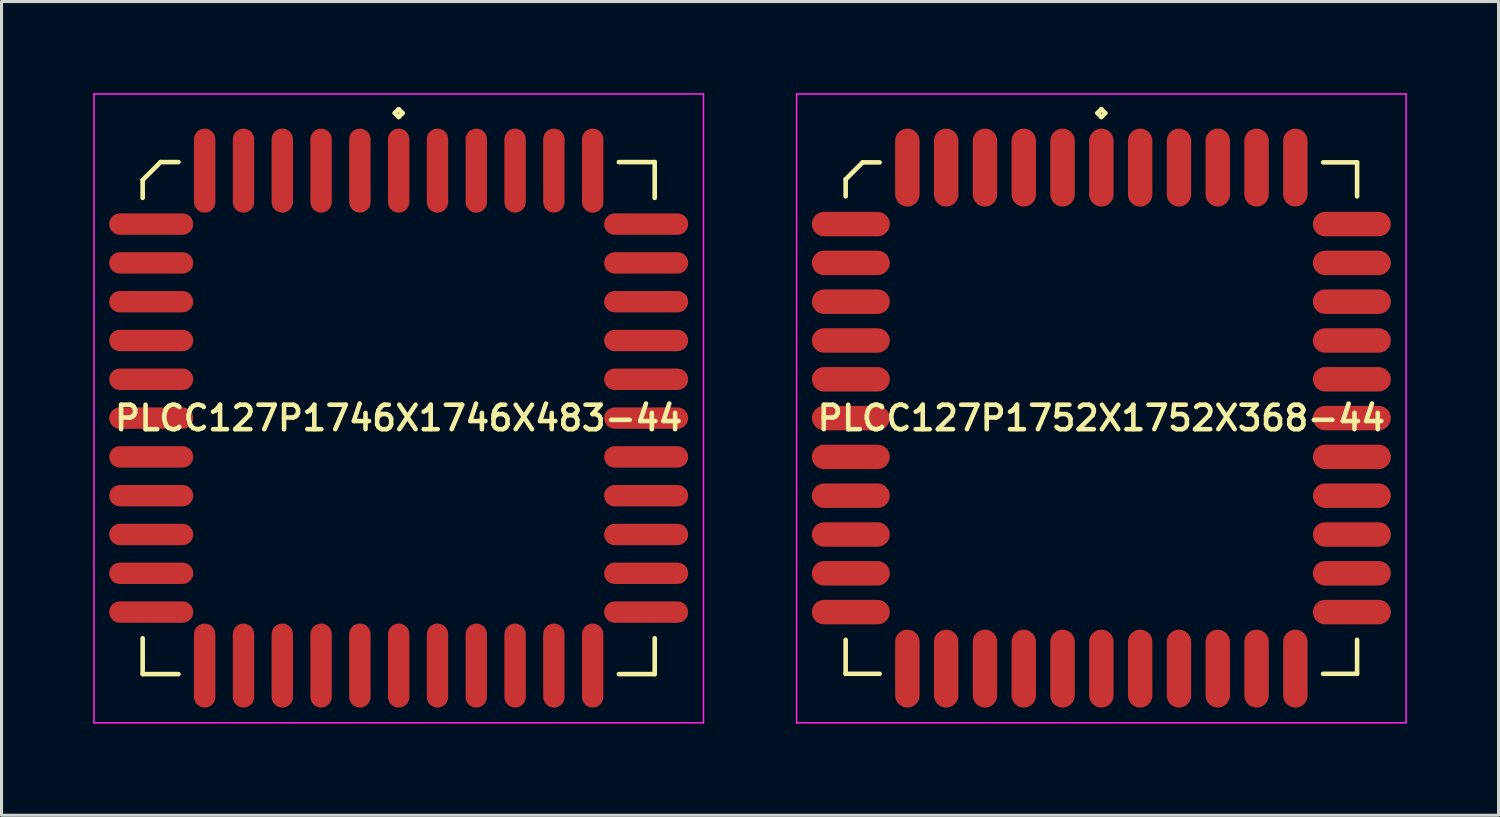
<source format=kicad_pcb>
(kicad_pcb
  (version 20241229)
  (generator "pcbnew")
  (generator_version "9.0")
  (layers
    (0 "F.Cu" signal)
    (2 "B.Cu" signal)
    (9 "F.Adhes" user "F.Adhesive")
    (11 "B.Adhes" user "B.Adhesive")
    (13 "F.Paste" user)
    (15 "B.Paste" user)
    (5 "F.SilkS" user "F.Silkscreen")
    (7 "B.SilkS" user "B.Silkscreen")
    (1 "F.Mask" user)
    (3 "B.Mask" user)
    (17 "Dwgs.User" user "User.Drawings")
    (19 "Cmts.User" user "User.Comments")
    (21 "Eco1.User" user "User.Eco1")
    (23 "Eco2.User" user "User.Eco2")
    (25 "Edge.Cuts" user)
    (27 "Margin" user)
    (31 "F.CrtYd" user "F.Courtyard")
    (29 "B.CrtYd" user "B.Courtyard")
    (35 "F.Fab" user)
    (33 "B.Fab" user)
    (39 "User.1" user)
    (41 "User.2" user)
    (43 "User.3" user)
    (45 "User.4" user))
  (footprint "PLCC127P1752X1752X368-44"
    (layer "F.Cu")
    (at 33 10.635)
    (property "Reference" "PLCC127P1752X1752X368-44" (at 0 0 0) (layer "F.SilkS") (effects (font (size 0.8 0.8) (thickness 0.15))))
    (attr smd)
    (fp_line (start -8.37 -7.814) (end -7.814 -8.37) (stroke (width 0.15) (type solid)) (layer "F.SilkS"))
    (fp_line (start -8.37 -7.258) (end -8.37 -7.814) (stroke (width 0.15) (type solid)) (layer "F.SilkS"))
    (fp_line (start -8.37 7.258) (end -8.37 8.37) (stroke (width 0.15) (type solid)) (layer "F.SilkS"))
    (fp_line (start -8.37 8.37) (end -7.258 8.37) (stroke (width 0.15) (type solid)) (layer "F.SilkS"))
    (fp_line (start -7.814 -8.37) (end -7.258 -8.37) (stroke (width 0.15) (type solid)) (layer "F.SilkS"))
    (fp_line (start -0.127 -9.983) (end 0 -10.11) (stroke (width 0.15) (type solid)) (layer "F.SilkS"))
    (fp_line (start 0 -10.11) (end 0.127 -9.983) (stroke (width 0.15) (type solid)) (layer "F.SilkS"))
    (fp_line (start 0 -9.856) (end -0.127 -9.983) (stroke (width 0.15) (type solid)) (layer "F.SilkS"))
    (fp_line (start 0.127 -9.983) (end 0 -9.856) (stroke (width 0.15) (type solid)) (layer "F.SilkS"))
    (fp_line (start 8.37 -8.37) (end 7.258 -8.37) (stroke (width 0.15) (type solid)) (layer "F.SilkS"))
    (fp_line (start 8.37 -7.258) (end 8.37 -8.37) (stroke (width 0.15) (type solid)) (layer "F.SilkS"))
    (fp_line (start 8.37 7.258) (end 8.37 8.37) (stroke (width 0.15) (type solid)) (layer "F.SilkS"))
    (fp_line (start 8.37 8.37) (end 7.258 8.37) (stroke (width 0.15) (type solid)) (layer "F.SilkS"))
    (fp_line (start -9.975 -10.61) (end 9.975 -10.61) (stroke (width 0.05) (type solid)) (layer "F.CrtYd"))
    (fp_line (start -9.975 9.975) (end -9.975 -10.61) (stroke (width 0.05) (type solid)) (layer "F.CrtYd"))
    (fp_line (start 9.975 -10.61) (end 9.975 9.975) (stroke (width 0.05) (type solid)) (layer "F.CrtYd"))
    (fp_line (start 9.975 9.975) (end -9.975 9.975) (stroke (width 0.05) (type solid)) (layer "F.CrtYd"))
    (pad "1" smd oval (at 0 -8.2) (size 0.8 2.55) (layers "F.Cu" "F.Mask" "F.Paste"))
    (pad "2" smd oval (at -1.27 -8.2) (size 0.8 2.55) (layers "F.Cu" "F.Mask" "F.Paste"))
    (pad "3" smd oval (at -2.54 -8.2) (size 0.8 2.55) (layers "F.Cu" "F.Mask" "F.Paste"))
    (pad "4" smd oval (at -3.81 -8.2) (size 0.8 2.55) (layers "F.Cu" "F.Mask" "F.Paste"))
    (pad "5" smd oval (at -5.08 -8.2) (size 0.8 2.55) (layers "F.Cu" "F.Mask" "F.Paste"))
    (pad "6" smd oval (at -6.35 -8.2) (size 0.8 2.55) (layers "F.Cu" "F.Mask" "F.Paste"))
    (pad "7" smd oval (at -8.2 -6.35) (size 2.55 0.8) (layers "F.Cu" "F.Mask" "F.Paste"))
    (pad "8" smd oval (at -8.2 -5.08) (size 2.55 0.8) (layers "F.Cu" "F.Mask" "F.Paste"))
    (pad "9" smd oval (at -8.2 -3.81) (size 2.55 0.8) (layers "F.Cu" "F.Mask" "F.Paste"))
    (pad "10" smd oval (at -8.2 -2.54) (size 2.55 0.8) (layers "F.Cu" "F.Mask" "F.Paste"))
    (pad "11" smd oval (at -8.2 -1.27) (size 2.55 0.8) (layers "F.Cu" "F.Mask" "F.Paste"))
    (pad "12" smd oval (at -8.2 0) (size 2.55 0.8) (layers "F.Cu" "F.Mask" "F.Paste"))
    (pad "13" smd oval (at -8.2 1.27) (size 2.55 0.8) (layers "F.Cu" "F.Mask" "F.Paste"))
    (pad "14" smd oval (at -8.2 2.54) (size 2.55 0.8) (layers "F.Cu" "F.Mask" "F.Paste"))
    (pad "15" smd oval (at -8.2 3.81) (size 2.55 0.8) (layers "F.Cu" "F.Mask" "F.Paste"))
    (pad "16" smd oval (at -8.2 5.08) (size 2.55 0.8) (layers "F.Cu" "F.Mask" "F.Paste"))
    (pad "17" smd oval (at -8.2 6.35) (size 2.55 0.8) (layers "F.Cu" "F.Mask" "F.Paste"))
    (pad "18" smd oval (at -6.35 8.2) (size 0.8 2.55) (layers "F.Cu" "F.Mask" "F.Paste"))
    (pad "19" smd oval (at -5.08 8.2) (size 0.8 2.55) (layers "F.Cu" "F.Mask" "F.Paste"))
    (pad "20" smd oval (at -3.81 8.2) (size 0.8 2.55) (layers "F.Cu" "F.Mask" "F.Paste"))
    (pad "21" smd oval (at -2.54 8.2) (size 0.8 2.55) (layers "F.Cu" "F.Mask" "F.Paste"))
    (pad "22" smd oval (at -1.27 8.2) (size 0.8 2.55) (layers "F.Cu" "F.Mask" "F.Paste"))
    (pad "23" smd oval (at 0 8.2) (size 0.8 2.55) (layers "F.Cu" "F.Mask" "F.Paste"))
    (pad "24" smd oval (at 1.27 8.2) (size 0.8 2.55) (layers "F.Cu" "F.Mask" "F.Paste"))
    (pad "25" smd oval (at 2.54 8.2) (size 0.8 2.55) (layers "F.Cu" "F.Mask" "F.Paste"))
    (pad "26" smd oval (at 3.81 8.2) (size 0.8 2.55) (layers "F.Cu" "F.Mask" "F.Paste"))
    (pad "27" smd oval (at 5.08 8.2) (size 0.8 2.55) (layers "F.Cu" "F.Mask" "F.Paste"))
    (pad "28" smd oval (at 6.35 8.2) (size 0.8 2.55) (layers "F.Cu" "F.Mask" "F.Paste"))
    (pad "29" smd oval (at 8.2 6.35) (size 2.55 0.8) (layers "F.Cu" "F.Mask" "F.Paste"))
    (pad "30" smd oval (at 8.2 5.08) (size 2.55 0.8) (layers "F.Cu" "F.Mask" "F.Paste"))
    (pad "31" smd oval (at 8.2 3.81) (size 2.55 0.8) (layers "F.Cu" "F.Mask" "F.Paste"))
    (pad "32" smd oval (at 8.2 2.54) (size 2.55 0.8) (layers "F.Cu" "F.Mask" "F.Paste"))
    (pad "33" smd oval (at 8.2 1.27) (size 2.55 0.8) (layers "F.Cu" "F.Mask" "F.Paste"))
    (pad "34" smd oval (at 8.2 0) (size 2.55 0.8) (layers "F.Cu" "F.Mask" "F.Paste"))
    (pad "35" smd oval (at 8.2 -1.27) (size 2.55 0.8) (layers "F.Cu" "F.Mask" "F.Paste"))
    (pad "36" smd oval (at 8.2 -2.54) (size 2.55 0.8) (layers "F.Cu" "F.Mask" "F.Paste"))
    (pad "37" smd oval (at 8.2 -3.81) (size 2.55 0.8) (layers "F.Cu" "F.Mask" "F.Paste"))
    (pad "38" smd oval (at 8.2 -5.08) (size 2.55 0.8) (layers "F.Cu" "F.Mask" "F.Paste"))
    (pad "39" smd oval (at 8.2 -6.35) (size 2.55 0.8) (layers "F.Cu" "F.Mask" "F.Paste"))
    (pad "40" smd oval (at 6.35 -8.2) (size 0.8 2.55) (layers "F.Cu" "F.Mask" "F.Paste"))
    (pad "41" smd oval (at 5.08 -8.2) (size 0.8 2.55) (layers "F.Cu" "F.Mask" "F.Paste"))
    (pad "42" smd oval (at 3.81 -8.2) (size 0.8 2.55) (layers "F.Cu" "F.Mask" "F.Paste"))
    (pad "43" smd oval (at 2.54 -8.2) (size 0.8 2.55) (layers "F.Cu" "F.Mask" "F.Paste"))
    (pad "44" smd oval (at 1.27 -8.2) (size 0.8 2.55) (layers "F.Cu" "F.Mask" "F.Paste")))
  (footprint "PLCC127P1746X1746X483-44"
    (layer "F.Cu")
    (at 10 10.635)
    (property "Reference" "PLCC127P1746X1746X483-44" (at 0 0 0) (layer "F.SilkS") (effects (font (size 0.8 0.8) (thickness 0.15))))
    (attr smd)
    (fp_line (start -8.38 -7.794) (end -7.794 -8.38) (stroke (width 0.15) (type solid)) (layer "F.SilkS"))
    (fp_line (start -8.38 -7.208) (end -8.38 -7.794) (stroke (width 0.15) (type solid)) (layer "F.SilkS"))
    (fp_line (start -8.38 7.208) (end -8.38 8.38) (stroke (width 0.15) (type solid)) (layer "F.SilkS"))
    (fp_line (start -8.38 8.38) (end -7.208 8.38) (stroke (width 0.15) (type solid)) (layer "F.SilkS"))
    (fp_line (start -7.794 -8.38) (end -7.208 -8.38) (stroke (width 0.15) (type solid)) (layer "F.SilkS"))
    (fp_line (start -0.127 -9.983) (end 0 -10.11) (stroke (width 0.15) (type solid)) (layer "F.SilkS"))
    (fp_line (start 0 -10.11) (end 0.127 -9.983) (stroke (width 0.15) (type solid)) (layer "F.SilkS"))
    (fp_line (start 0 -9.856) (end -0.127 -9.983) (stroke (width 0.15) (type solid)) (layer "F.SilkS"))
    (fp_line (start 0.127 -9.983) (end 0 -9.856) (stroke (width 0.15) (type solid)) (layer "F.SilkS"))
    (fp_line (start 8.38 -8.38) (end 7.208 -8.38) (stroke (width 0.15) (type solid)) (layer "F.SilkS"))
    (fp_line (start 8.38 -7.208) (end 8.38 -8.38) (stroke (width 0.15) (type solid)) (layer "F.SilkS"))
    (fp_line (start 8.38 7.208) (end 8.38 8.38) (stroke (width 0.15) (type solid)) (layer "F.SilkS"))
    (fp_line (start 8.38 8.38) (end 7.208 8.38) (stroke (width 0.15) (type solid)) (layer "F.SilkS"))
    (fp_line (start -9.975 -10.61) (end 9.975 -10.61) (stroke (width 0.05) (type solid)) (layer "F.CrtYd"))
    (fp_line (start -9.975 9.975) (end -9.975 -10.61) (stroke (width 0.05) (type solid)) (layer "F.CrtYd"))
    (fp_line (start 9.975 -10.61) (end 9.975 9.975) (stroke (width 0.05) (type solid)) (layer "F.CrtYd"))
    (fp_line (start 9.975 9.975) (end -9.975 9.975) (stroke (width 0.05) (type solid)) (layer "F.CrtYd"))
    (pad "1" smd oval (at 0 -8.1) (size 0.7 2.75) (layers "F.Cu" "F.Mask" "F.Paste"))
    (pad "2" smd oval (at -1.27 -8.1) (size 0.7 2.75) (layers "F.Cu" "F.Mask" "F.Paste"))
    (pad "3" smd oval (at -2.54 -8.1) (size 0.7 2.75) (layers "F.Cu" "F.Mask" "F.Paste"))
    (pad "4" smd oval (at -3.81 -8.1) (size 0.7 2.75) (layers "F.Cu" "F.Mask" "F.Paste"))
    (pad "5" smd oval (at -5.08 -8.1) (size 0.7 2.75) (layers "F.Cu" "F.Mask" "F.Paste"))
    (pad "6" smd oval (at -6.35 -8.1) (size 0.7 2.75) (layers "F.Cu" "F.Mask" "F.Paste"))
    (pad "7" smd oval (at -8.1 -6.35) (size 2.75 0.7) (layers "F.Cu" "F.Mask" "F.Paste"))
    (pad "8" smd oval (at -8.1 -5.08) (size 2.75 0.7) (layers "F.Cu" "F.Mask" "F.Paste"))
    (pad "9" smd oval (at -8.1 -3.81) (size 2.75 0.7) (layers "F.Cu" "F.Mask" "F.Paste"))
    (pad "10" smd oval (at -8.1 -2.54) (size 2.75 0.7) (layers "F.Cu" "F.Mask" "F.Paste"))
    (pad "11" smd oval (at -8.1 -1.27) (size 2.75 0.7) (layers "F.Cu" "F.Mask" "F.Paste"))
    (pad "12" smd oval (at -8.1 0) (size 2.75 0.7) (layers "F.Cu" "F.Mask" "F.Paste"))
    (pad "13" smd oval (at -8.1 1.27) (size 2.75 0.7) (layers "F.Cu" "F.Mask" "F.Paste"))
    (pad "14" smd oval (at -8.1 2.54) (size 2.75 0.7) (layers "F.Cu" "F.Mask" "F.Paste"))
    (pad "15" smd oval (at -8.1 3.81) (size 2.75 0.7) (layers "F.Cu" "F.Mask" "F.Paste"))
    (pad "16" smd oval (at -8.1 5.08) (size 2.75 0.7) (layers "F.Cu" "F.Mask" "F.Paste"))
    (pad "17" smd oval (at -8.1 6.35) (size 2.75 0.7) (layers "F.Cu" "F.Mask" "F.Paste"))
    (pad "18" smd oval (at -6.35 8.1) (size 0.7 2.75) (layers "F.Cu" "F.Mask" "F.Paste"))
    (pad "19" smd oval (at -5.08 8.1) (size 0.7 2.75) (layers "F.Cu" "F.Mask" "F.Paste"))
    (pad "20" smd oval (at -3.81 8.1) (size 0.7 2.75) (layers "F.Cu" "F.Mask" "F.Paste"))
    (pad "21" smd oval (at -2.54 8.1) (size 0.7 2.75) (layers "F.Cu" "F.Mask" "F.Paste"))
    (pad "22" smd oval (at -1.27 8.1) (size 0.7 2.75) (layers "F.Cu" "F.Mask" "F.Paste"))
    (pad "23" smd oval (at 0 8.1) (size 0.7 2.75) (layers "F.Cu" "F.Mask" "F.Paste"))
    (pad "24" smd oval (at 1.27 8.1) (size 0.7 2.75) (layers "F.Cu" "F.Mask" "F.Paste"))
    (pad "25" smd oval (at 2.54 8.1) (size 0.7 2.75) (layers "F.Cu" "F.Mask" "F.Paste"))
    (pad "26" smd oval (at 3.81 8.1) (size 0.7 2.75) (layers "F.Cu" "F.Mask" "F.Paste"))
    (pad "27" smd oval (at 5.08 8.1) (size 0.7 2.75) (layers "F.Cu" "F.Mask" "F.Paste"))
    (pad "28" smd oval (at 6.35 8.1) (size 0.7 2.75) (layers "F.Cu" "F.Mask" "F.Paste"))
    (pad "29" smd oval (at 8.1 6.35) (size 2.75 0.7) (layers "F.Cu" "F.Mask" "F.Paste"))
    (pad "30" smd oval (at 8.1 5.08) (size 2.75 0.7) (layers "F.Cu" "F.Mask" "F.Paste"))
    (pad "31" smd oval (at 8.1 3.81) (size 2.75 0.7) (layers "F.Cu" "F.Mask" "F.Paste"))
    (pad "32" smd oval (at 8.1 2.54) (size 2.75 0.7) (layers "F.Cu" "F.Mask" "F.Paste"))
    (pad "33" smd oval (at 8.1 1.27) (size 2.75 0.7) (layers "F.Cu" "F.Mask" "F.Paste"))
    (pad "34" smd oval (at 8.1 0) (size 2.75 0.7) (layers "F.Cu" "F.Mask" "F.Paste"))
    (pad "35" smd oval (at 8.1 -1.27) (size 2.75 0.7) (layers "F.Cu" "F.Mask" "F.Paste"))
    (pad "36" smd oval (at 8.1 -2.54) (size 2.75 0.7) (layers "F.Cu" "F.Mask" "F.Paste"))
    (pad "37" smd oval (at 8.1 -3.81) (size 2.75 0.7) (layers "F.Cu" "F.Mask" "F.Paste"))
    (pad "38" smd oval (at 8.1 -5.08) (size 2.75 0.7) (layers "F.Cu" "F.Mask" "F.Paste"))
    (pad "39" smd oval (at 8.1 -6.35) (size 2.75 0.7) (layers "F.Cu" "F.Mask" "F.Paste"))
    (pad "40" smd oval (at 6.35 -8.1) (size 0.7 2.75) (layers "F.Cu" "F.Mask" "F.Paste"))
    (pad "41" smd oval (at 5.08 -8.1) (size 0.7 2.75) (layers "F.Cu" "F.Mask" "F.Paste"))
    (pad "42" smd oval (at 3.81 -8.1) (size 0.7 2.75) (layers "F.Cu" "F.Mask" "F.Paste"))
    (pad "43" smd oval (at 2.54 -8.1) (size 0.7 2.75) (layers "F.Cu" "F.Mask" "F.Paste"))
    (pad "44" smd oval (at 1.27 -8.1) (size 0.7 2.75) (layers "F.Cu" "F.Mask" "F.Paste")))
  (gr_rect
    (start -3 -3)
    (end 46 23.635)
    (stroke (width 0.1) (type default))
    (fill no)
    (layer "Edge.Cuts")))
</source>
